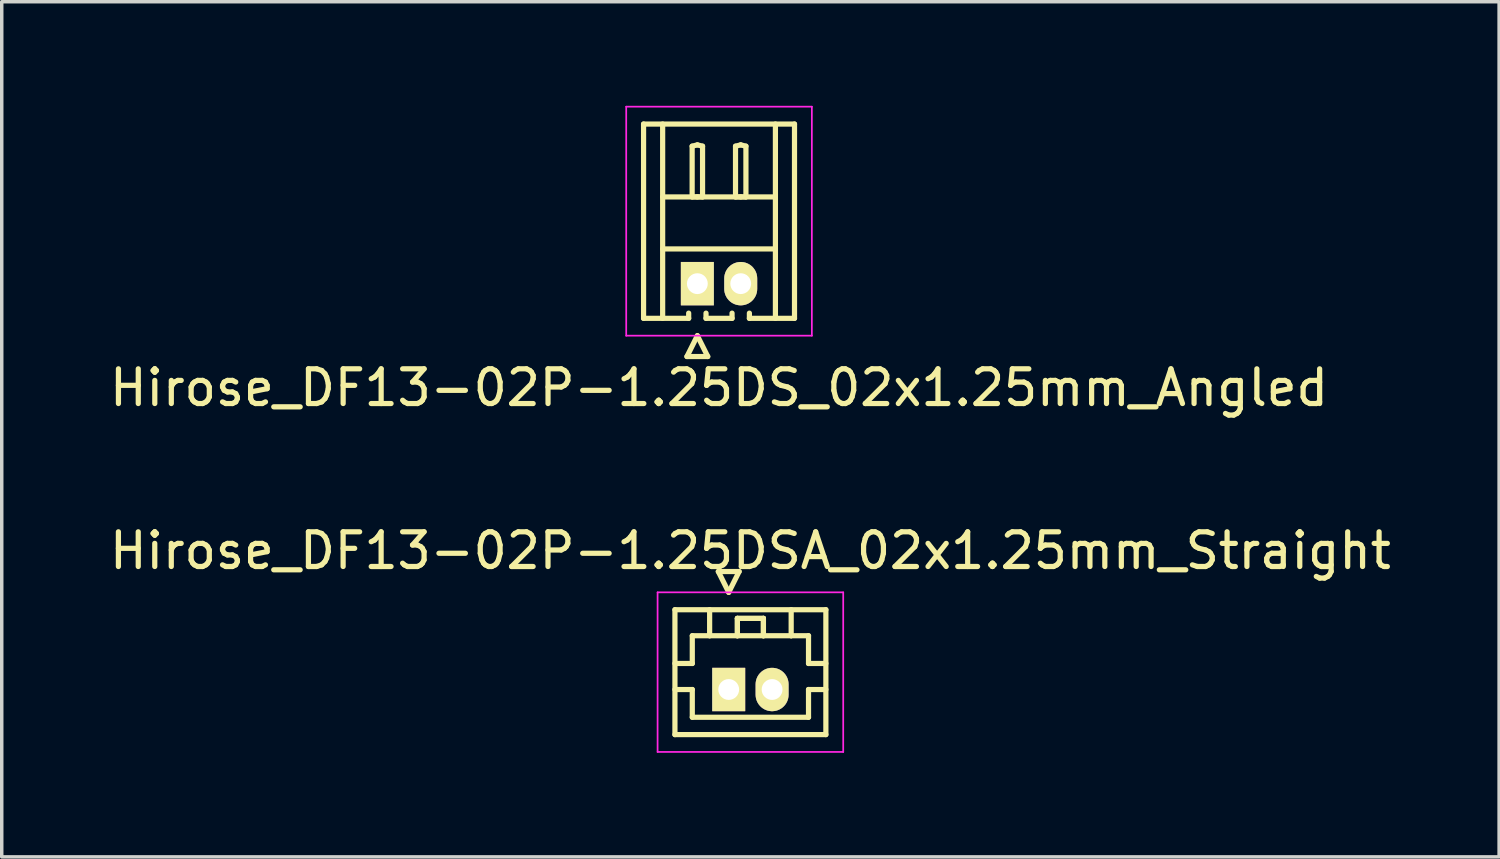
<source format=kicad_pcb>
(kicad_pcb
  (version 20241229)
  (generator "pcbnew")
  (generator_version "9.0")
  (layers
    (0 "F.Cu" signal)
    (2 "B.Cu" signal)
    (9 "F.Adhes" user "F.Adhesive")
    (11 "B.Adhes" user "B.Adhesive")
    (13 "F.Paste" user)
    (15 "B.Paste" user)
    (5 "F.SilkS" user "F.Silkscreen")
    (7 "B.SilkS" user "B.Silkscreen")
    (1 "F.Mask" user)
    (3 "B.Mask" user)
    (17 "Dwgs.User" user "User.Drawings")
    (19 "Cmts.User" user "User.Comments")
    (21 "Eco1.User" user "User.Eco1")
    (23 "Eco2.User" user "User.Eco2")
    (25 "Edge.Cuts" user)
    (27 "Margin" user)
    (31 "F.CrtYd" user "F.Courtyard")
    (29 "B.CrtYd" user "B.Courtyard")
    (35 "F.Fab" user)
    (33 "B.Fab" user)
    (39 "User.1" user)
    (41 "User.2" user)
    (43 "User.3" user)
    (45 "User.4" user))
  (footprint "Hirose_DF13-02P-1.25DSA_02x1.25mm_Straight"
    (layer "F.Cu")
    (at 17.952 16.822)
    (property "Reference" "Hirose_DF13-02P-1.25DSA_02x1.25mm_Straight" (at 0.625 -4 0) (layer "F.SilkS") (effects (font (size 1 1) (thickness 0.15))))
    (attr through_hole)
    (fp_line (start -1.55 -2.3) (end -1.55 1.3) (stroke (width 0.15) (type solid)) (layer "F.SilkS"))
    (fp_line (start -1.55 -0.75) (end -1.05 -0.75) (stroke (width 0.15) (type solid)) (layer "F.SilkS"))
    (fp_line (start -1.55 0) (end -1.05 0) (stroke (width 0.15) (type solid)) (layer "F.SilkS"))
    (fp_line (start -1.55 1.3) (end 2.8 1.3) (stroke (width 0.15) (type solid)) (layer "F.SilkS"))
    (fp_line (start -1.05 -1.55) (end -0.55 -1.55) (stroke (width 0.15) (type solid)) (layer "F.SilkS"))
    (fp_line (start -1.05 -0.75) (end -1.05 -1.55) (stroke (width 0.15) (type solid)) (layer "F.SilkS"))
    (fp_line (start -1.05 0) (end -1.05 0.8) (stroke (width 0.15) (type solid)) (layer "F.SilkS"))
    (fp_line (start -1.05 0.8) (end 2.3 0.8) (stroke (width 0.15) (type solid)) (layer "F.SilkS"))
    (fp_line (start -0.55 -1.55) (end -0.55 -2.3) (stroke (width 0.15) (type solid)) (layer "F.SilkS"))
    (fp_line (start -0.55 -1.55) (end 0.25 -1.55) (stroke (width 0.15) (type solid)) (layer "F.SilkS"))
    (fp_line (start -0.3 -3.4) (end 0.3 -3.4) (stroke (width 0.15) (type solid)) (layer "F.SilkS"))
    (fp_line (start 0 -2.8) (end -0.3 -3.4) (stroke (width 0.15) (type solid)) (layer "F.SilkS"))
    (fp_line (start 0.25 -2.05) (end 1 -2.05) (stroke (width 0.15) (type solid)) (layer "F.SilkS"))
    (fp_line (start 0.25 -2.05) (end 1 -2.05) (stroke (width 0.15) (type solid)) (layer "F.SilkS"))
    (fp_line (start 0.25 -1.55) (end 0.25 -2.05) (stroke (width 0.15) (type solid)) (layer "F.SilkS"))
    (fp_line (start 0.25 -1.55) (end 0.25 -2.05) (stroke (width 0.15) (type solid)) (layer "F.SilkS"))
    (fp_line (start 0.3 -3.4) (end 0 -2.8) (stroke (width 0.15) (type solid)) (layer "F.SilkS"))
    (fp_line (start 1 -2.05) (end 1 -1.55) (stroke (width 0.15) (type solid)) (layer "F.SilkS"))
    (fp_line (start 1 -2.05) (end 1 -1.55) (stroke (width 0.15) (type solid)) (layer "F.SilkS"))
    (fp_line (start 1 -1.55) (end 0.25 -1.55) (stroke (width 0.15) (type solid)) (layer "F.SilkS"))
    (fp_line (start 1 -1.55) (end 1.8 -1.55) (stroke (width 0.15) (type solid)) (layer "F.SilkS"))
    (fp_line (start 1.8 -1.55) (end 1.8 -2.3) (stroke (width 0.15) (type solid)) (layer "F.SilkS"))
    (fp_line (start 2.3 -1.55) (end 1.8 -1.55) (stroke (width 0.15) (type solid)) (layer "F.SilkS"))
    (fp_line (start 2.3 -0.75) (end 2.3 -1.55) (stroke (width 0.15) (type solid)) (layer "F.SilkS"))
    (fp_line (start 2.3 0) (end 2.8 0) (stroke (width 0.15) (type solid)) (layer "F.SilkS"))
    (fp_line (start 2.3 0.8) (end 2.3 0) (stroke (width 0.15) (type solid)) (layer "F.SilkS"))
    (fp_line (start 2.8 -2.3) (end -1.55 -2.3) (stroke (width 0.15) (type solid)) (layer "F.SilkS"))
    (fp_line (start 2.8 -0.75) (end 2.3 -0.75) (stroke (width 0.15) (type solid)) (layer "F.SilkS"))
    (fp_line (start 2.8 1.3) (end 2.8 -2.3) (stroke (width 0.15) (type solid)) (layer "F.SilkS"))
    (fp_line (start -2.05 -2.8) (end -2.05 1.8) (stroke (width 0.05) (type solid)) (layer "F.CrtYd"))
    (fp_line (start -2.05 1.8) (end 3.3 1.8) (stroke (width 0.05) (type solid)) (layer "F.CrtYd"))
    (fp_line (start 3.3 -2.8) (end -2.05 -2.8) (stroke (width 0.05) (type solid)) (layer "F.CrtYd"))
    (fp_line (start 3.3 1.8) (end 3.3 -2.8) (stroke (width 0.05) (type solid)) (layer "F.CrtYd"))
    (pad "1" thru_hole rect (at 0 0) (size 0.95 1.25) (drill 0.6) (layers "*.Cu" "*.Mask" "F.SilkS"))
    (pad "2" thru_hole oval (at 1.25 0) (size 0.95 1.25) (drill 0.6) (layers "*.Cu" "*.Mask" "F.SilkS")))
  (footprint "Hirose_DF13-02P-1.25DS_02x1.25mm_Angled"
    (layer "F.Cu")
    (at 17.048 5.125)
    (property "Reference" "Hirose_DF13-02P-1.25DS_02x1.25mm_Angled" (at 0.625 3 0) (layer "F.SilkS") (effects (font (size 1 1) (thickness 0.15))))
    (attr through_hole)
    (fp_line (start -1.55 -4.6) (end 2.8 -4.6) (stroke (width 0.15) (type solid)) (layer "F.SilkS"))
    (fp_line (start -1.55 1) (end -1.55 -4.6) (stroke (width 0.15) (type solid)) (layer "F.SilkS"))
    (fp_line (start -1 -4.6) (end -1 1) (stroke (width 0.15) (type solid)) (layer "F.SilkS"))
    (fp_line (start -1 -2.5) (end 2.25 -2.5) (stroke (width 0.15) (type solid)) (layer "F.SilkS"))
    (fp_line (start -1 -1) (end 2.25 -1) (stroke (width 0.15) (type solid)) (layer "F.SilkS"))
    (fp_line (start -0.3 2.1) (end 0.3 2.1) (stroke (width 0.15) (type solid)) (layer "F.SilkS"))
    (fp_line (start -0.25 0.85) (end -0.25 1) (stroke (width 0.15) (type solid)) (layer "F.SilkS"))
    (fp_line (start -0.25 1) (end -1.55 1) (stroke (width 0.15) (type solid)) (layer "F.SilkS"))
    (fp_line (start -0.15 -3.962) (end 0 -4) (stroke (width 0.15) (type solid)) (layer "F.SilkS"))
    (fp_line (start -0.15 -2.5) (end -0.15 -3.962) (stroke (width 0.15) (type solid)) (layer "F.SilkS"))
    (fp_line (start 0 -4) (end 0.15 -3.962) (stroke (width 0.15) (type solid)) (layer "F.SilkS"))
    (fp_line (start 0 -2.5) (end -0.15 -2.5) (stroke (width 0.15) (type solid)) (layer "F.SilkS"))
    (fp_line (start 0 1.5) (end -0.3 2.1) (stroke (width 0.15) (type solid)) (layer "F.SilkS"))
    (fp_line (start 0.15 -3.962) (end 0.15 -2.5) (stroke (width 0.15) (type solid)) (layer "F.SilkS"))
    (fp_line (start 0.15 -2.5) (end 0 -2.5) (stroke (width 0.15) (type solid)) (layer "F.SilkS"))
    (fp_line (start 0.25 0.85) (end 0.25 1) (stroke (width 0.15) (type solid)) (layer "F.SilkS"))
    (fp_line (start 0.25 1) (end 1 1) (stroke (width 0.15) (type solid)) (layer "F.SilkS"))
    (fp_line (start 0.3 2.1) (end 0 1.5) (stroke (width 0.15) (type solid)) (layer "F.SilkS"))
    (fp_line (start 1 1) (end 1 0.85) (stroke (width 0.15) (type solid)) (layer "F.SilkS"))
    (fp_line (start 1.1 -3.962) (end 1.25 -4) (stroke (width 0.15) (type solid)) (layer "F.SilkS"))
    (fp_line (start 1.1 -2.5) (end 1.1 -3.962) (stroke (width 0.15) (type solid)) (layer "F.SilkS"))
    (fp_line (start 1.25 -4) (end 1.4 -3.962) (stroke (width 0.15) (type solid)) (layer "F.SilkS"))
    (fp_line (start 1.25 -2.5) (end 1.1 -2.5) (stroke (width 0.15) (type solid)) (layer "F.SilkS"))
    (fp_line (start 1.4 -3.962) (end 1.4 -2.5) (stroke (width 0.15) (type solid)) (layer "F.SilkS"))
    (fp_line (start 1.4 -2.5) (end 1.25 -2.5) (stroke (width 0.15) (type solid)) (layer "F.SilkS"))
    (fp_line (start 1.5 1) (end 1.5 0.85) (stroke (width 0.15) (type solid)) (layer "F.SilkS"))
    (fp_line (start 2.25 -4.6) (end 2.25 1) (stroke (width 0.15) (type solid)) (layer "F.SilkS"))
    (fp_line (start 2.8 -4.6) (end 2.8 1) (stroke (width 0.15) (type solid)) (layer "F.SilkS"))
    (fp_line (start 2.8 1) (end 1.5 1) (stroke (width 0.15) (type solid)) (layer "F.SilkS"))
    (fp_line (start -2.05 -5.1) (end -2.05 1.5) (stroke (width 0.05) (type solid)) (layer "F.CrtYd"))
    (fp_line (start -2.05 1.5) (end 3.3 1.5) (stroke (width 0.05) (type solid)) (layer "F.CrtYd"))
    (fp_line (start 3.3 -5.1) (end -2.05 -5.1) (stroke (width 0.05) (type solid)) (layer "F.CrtYd"))
    (fp_line (start 3.3 1.5) (end 3.3 -5.1) (stroke (width 0.05) (type solid)) (layer "F.CrtYd"))
    (pad "1" thru_hole rect (at 0 0) (size 0.95 1.25) (drill 0.6) (layers "*.Cu" "*.Mask" "F.SilkS"))
    (pad "2" thru_hole oval (at 1.25 0) (size 0.95 1.25) (drill 0.6) (layers "*.Cu" "*.Mask" "F.SilkS")))
  (gr_rect
    (start -3 -3)
    (end 40.155 21.646)
    (stroke (width 0.1) (type default))
    (fill no)
    (layer "Edge.Cuts")))
</source>
